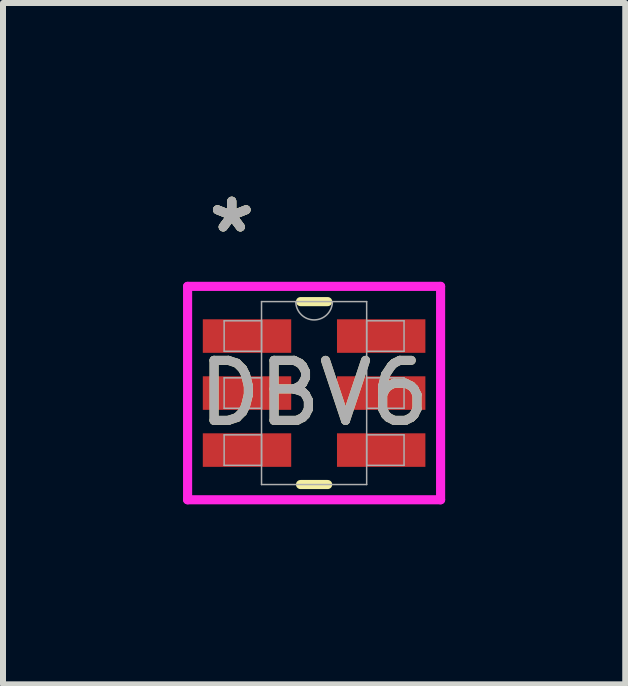
<source format=kicad_pcb>
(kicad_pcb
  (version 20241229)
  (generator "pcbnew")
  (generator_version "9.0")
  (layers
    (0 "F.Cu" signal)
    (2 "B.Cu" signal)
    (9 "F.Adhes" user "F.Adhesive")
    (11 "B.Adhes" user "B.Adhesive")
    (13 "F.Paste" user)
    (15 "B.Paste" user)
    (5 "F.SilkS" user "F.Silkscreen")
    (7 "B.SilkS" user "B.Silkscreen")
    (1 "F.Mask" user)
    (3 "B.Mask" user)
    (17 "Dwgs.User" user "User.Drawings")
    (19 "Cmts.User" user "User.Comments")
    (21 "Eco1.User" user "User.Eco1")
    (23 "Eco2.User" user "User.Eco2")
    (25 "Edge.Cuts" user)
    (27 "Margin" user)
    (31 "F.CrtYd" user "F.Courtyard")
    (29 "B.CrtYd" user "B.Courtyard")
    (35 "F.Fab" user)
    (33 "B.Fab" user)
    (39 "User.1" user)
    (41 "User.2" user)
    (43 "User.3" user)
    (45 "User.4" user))
  (footprint "DBV6"
    (layer "F.Cu")
    (at 2.184 3.5)
    (property "Reference" "DBV6" (at 0 0 0) (unlocked yes) (layer "F.SilkS") (effects (font (size 1 1) (thickness 0.15))))
    (attr smd)
    (fp_line (start -0.226 1.524) (end 0.226 1.524) (stroke (width 0.152) (type solid)) (layer "F.SilkS"))
    (fp_line (start 0.226 -1.524) (end -0.226 -1.524) (stroke (width 0.152) (type solid)) (layer "F.SilkS"))
    (fp_line (start -2.108 -1.778) (end 2.108 -1.778) (stroke (width 0.152) (type solid)) (layer "F.CrtYd"))
    (fp_line (start -2.108 1.778) (end -2.108 -1.778) (stroke (width 0.152) (type solid)) (layer "F.CrtYd"))
    (fp_line (start 2.108 -1.778) (end 2.108 1.778) (stroke (width 0.152) (type solid)) (layer "F.CrtYd"))
    (fp_line (start 2.108 1.778) (end -2.108 1.778) (stroke (width 0.152) (type solid)) (layer "F.CrtYd"))
    (fp_line (start -1.499 -1.204) (end -1.499 -0.696) (stroke (width 0.025) (type solid)) (layer "F.Fab"))
    (fp_line (start -1.499 -0.696) (end -0.876 -0.696) (stroke (width 0.025) (type solid)) (layer "F.Fab"))
    (fp_line (start -1.499 -0.254) (end -1.499 0.254) (stroke (width 0.025) (type solid)) (layer "F.Fab"))
    (fp_line (start -1.499 0.254) (end -0.876 0.254) (stroke (width 0.025) (type solid)) (layer "F.Fab"))
    (fp_line (start -1.499 0.696) (end -1.499 1.204) (stroke (width 0.025) (type solid)) (layer "F.Fab"))
    (fp_line (start -1.499 1.204) (end -0.876 1.204) (stroke (width 0.025) (type solid)) (layer "F.Fab"))
    (fp_line (start -0.876 -1.524) (end -0.876 1.524) (stroke (width 0.025) (type solid)) (layer "F.Fab"))
    (fp_line (start -0.876 -1.204) (end -1.499 -1.204) (stroke (width 0.025) (type solid)) (layer "F.Fab"))
    (fp_line (start -0.876 -0.696) (end -0.876 -1.204) (stroke (width 0.025) (type solid)) (layer "F.Fab"))
    (fp_line (start -0.876 -0.254) (end -1.499 -0.254) (stroke (width 0.025) (type solid)) (layer "F.Fab"))
    (fp_line (start -0.876 0.254) (end -0.876 -0.254) (stroke (width 0.025) (type solid)) (layer "F.Fab"))
    (fp_line (start -0.876 0.696) (end -1.499 0.696) (stroke (width 0.025) (type solid)) (layer "F.Fab"))
    (fp_line (start -0.876 1.204) (end -0.876 0.696) (stroke (width 0.025) (type solid)) (layer "F.Fab"))
    (fp_line (start -0.876 1.524) (end 0.876 1.524) (stroke (width 0.025) (type solid)) (layer "F.Fab"))
    (fp_line (start 0.876 -1.524) (end -0.876 -1.524) (stroke (width 0.025) (type solid)) (layer "F.Fab"))
    (fp_line (start 0.876 -1.204) (end 0.876 -0.696) (stroke (width 0.025) (type solid)) (layer "F.Fab"))
    (fp_line (start 0.876 -0.696) (end 1.499 -0.696) (stroke (width 0.025) (type solid)) (layer "F.Fab"))
    (fp_line (start 0.876 -0.254) (end 0.876 0.254) (stroke (width 0.025) (type solid)) (layer "F.Fab"))
    (fp_line (start 0.876 0.254) (end 1.499 0.254) (stroke (width 0.025) (type solid)) (layer "F.Fab"))
    (fp_line (start 0.876 0.696) (end 0.876 1.204) (stroke (width 0.025) (type solid)) (layer "F.Fab"))
    (fp_line (start 0.876 1.204) (end 1.499 1.204) (stroke (width 0.025) (type solid)) (layer "F.Fab"))
    (fp_line (start 0.876 1.524) (end 0.876 -1.524) (stroke (width 0.025) (type solid)) (layer "F.Fab"))
    (fp_line (start 1.499 -1.204) (end 0.876 -1.204) (stroke (width 0.025) (type solid)) (layer "F.Fab"))
    (fp_line (start 1.499 -0.696) (end 1.499 -1.204) (stroke (width 0.025) (type solid)) (layer "F.Fab"))
    (fp_line (start 1.499 -0.254) (end 0.876 -0.254) (stroke (width 0.025) (type solid)) (layer "F.Fab"))
    (fp_line (start 1.499 0.254) (end 1.499 -0.254) (stroke (width 0.025) (type solid)) (layer "F.Fab"))
    (fp_line (start 1.499 0.696) (end 0.876 0.696) (stroke (width 0.025) (type solid)) (layer "F.Fab"))
    (fp_line (start 1.499 1.204) (end 1.499 0.696) (stroke (width 0.025) (type solid)) (layer "F.Fab"))
    (fp_arc (start 0.3048 -1.524) (mid 0 -1.2192) (end -0.3048 -1.524) (stroke (width 0.0254) (type solid)) (layer "F.Fab"))
    (fp_text user "*" (at -1.372 -2.652 0) (layer "F.SilkS") (effects (font (size 1 1) (thickness 0.15))))
    (fp_text user "*" (at -1.372 -2.652 0) (unlocked yes) (layer "F.SilkS") (effects (font (size 1 1) (thickness 0.15))))
    (fp_text user "*" (at -1.372 -2.652 0) (unlocked yes) (layer "F.Fab") (effects (font (size 1 1) (thickness 0.15))))
    (fp_text user "${REFERENCE}" (at 0 0 0) (unlocked yes) (layer "F.Fab") (effects (font (size 1 1) (thickness 0.15))))
    (fp_text user "*" (at -1.372 -2.652 0) (layer "F.Fab") (effects (font (size 1 1) (thickness 0.15))))
    (pad "1" smd rect (at -1.118 -0.95) (size 1.473 0.559) (layers "F.Cu" "F.Mask" "F.Paste"))
    (pad "2" smd rect (at -1.118 0) (size 1.473 0.559) (layers "F.Cu" "F.Mask" "F.Paste"))
    (pad "3" smd rect (at -1.118 0.95) (size 1.473 0.559) (layers "F.Cu" "F.Mask" "F.Paste"))
    (pad "4" smd rect (at 1.118 0.95) (size 1.473 0.559) (layers "F.Cu" "F.Mask" "F.Paste"))
    (pad "5" smd rect (at 1.118 0) (size 1.473 0.559) (layers "F.Cu" "F.Mask" "F.Paste"))
    (pad "6" smd rect (at 1.118 -0.95) (size 1.473 0.559) (layers "F.Cu" "F.Mask" "F.Paste")))
  (gr_rect
    (start -3 -3)
    (end 7.369 8.354)
    (stroke (width 0.1) (type default))
    (fill no)
    (layer "Edge.Cuts")))
</source>
